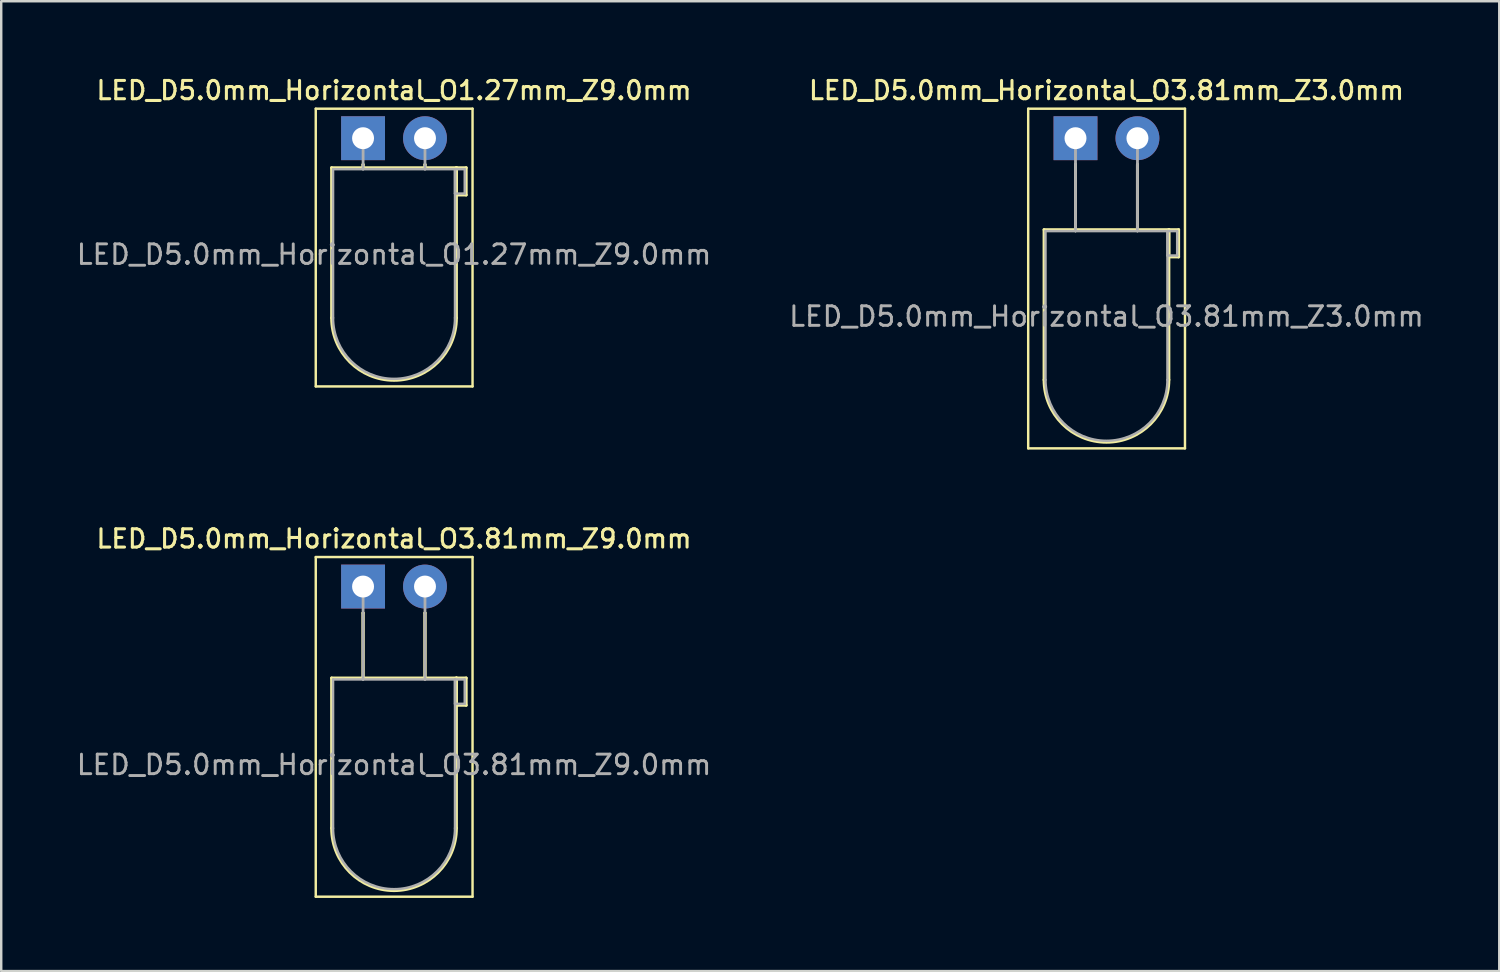
<source format=kicad_pcb>
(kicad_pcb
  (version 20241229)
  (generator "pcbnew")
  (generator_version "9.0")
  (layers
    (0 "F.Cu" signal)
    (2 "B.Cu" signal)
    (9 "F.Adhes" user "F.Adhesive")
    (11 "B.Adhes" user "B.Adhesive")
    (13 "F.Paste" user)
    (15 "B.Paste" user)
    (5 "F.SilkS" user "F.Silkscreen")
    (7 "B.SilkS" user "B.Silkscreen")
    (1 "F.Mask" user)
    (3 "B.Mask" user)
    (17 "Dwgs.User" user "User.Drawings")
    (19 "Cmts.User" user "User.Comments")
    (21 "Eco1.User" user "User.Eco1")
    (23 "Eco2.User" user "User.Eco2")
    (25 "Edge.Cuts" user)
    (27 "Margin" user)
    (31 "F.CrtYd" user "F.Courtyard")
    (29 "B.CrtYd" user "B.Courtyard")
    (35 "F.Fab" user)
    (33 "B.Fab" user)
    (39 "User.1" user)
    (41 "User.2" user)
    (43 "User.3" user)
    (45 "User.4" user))
  (footprint "LED_D5.0mm_Horizontal_O3.81mm_Z9.0mm"
    (layer "F.Cu")
    (at 11.84 21.006)
    (property "Reference" "LED_D5.0mm_Horizontal_O3.81mm_Z9.0mm" (at 1.27 -1.96 0) (layer "F.SilkS") (effects (font (size 0.75 0.75) (thickness 0.125))))
    (attr through_hole)
    (fp_line (start -1.94 -1.21) (end -1.94 12.72) (stroke (width 0.1) (type solid)) (layer "F.SilkS"))
    (fp_line (start -1.94 12.72) (end 4.49 12.72) (stroke (width 0.1) (type solid)) (layer "F.SilkS"))
    (fp_line (start -1.29 3.75) (end -1.29 9.91) (stroke (width 0.12) (type solid)) (layer "F.SilkS"))
    (fp_line (start -1.29 3.75) (end 3.83 3.75) (stroke (width 0.12) (type solid)) (layer "F.SilkS"))
    (fp_line (start 0 1.08) (end 0 1.08) (stroke (width 0.12) (type solid)) (layer "F.SilkS"))
    (fp_line (start 0 1.08) (end 0 3.75) (stroke (width 0.12) (type solid)) (layer "F.SilkS"))
    (fp_line (start 0 3.75) (end 0 1.08) (stroke (width 0.12) (type solid)) (layer "F.SilkS"))
    (fp_line (start 0 3.75) (end 0 3.75) (stroke (width 0.12) (type solid)) (layer "F.SilkS"))
    (fp_line (start 2.54 1.08) (end 2.54 1.08) (stroke (width 0.12) (type solid)) (layer "F.SilkS"))
    (fp_line (start 2.54 1.08) (end 2.54 3.75) (stroke (width 0.12) (type solid)) (layer "F.SilkS"))
    (fp_line (start 2.54 3.75) (end 2.54 1.08) (stroke (width 0.12) (type solid)) (layer "F.SilkS"))
    (fp_line (start 2.54 3.75) (end 2.54 3.75) (stroke (width 0.12) (type solid)) (layer "F.SilkS"))
    (fp_line (start 3.83 3.75) (end 3.83 9.91) (stroke (width 0.12) (type solid)) (layer "F.SilkS"))
    (fp_line (start 3.83 3.75) (end 4.23 3.75) (stroke (width 0.12) (type solid)) (layer "F.SilkS"))
    (fp_line (start 3.83 4.87) (end 3.83 3.75) (stroke (width 0.12) (type solid)) (layer "F.SilkS"))
    (fp_line (start 4.23 3.75) (end 4.23 4.87) (stroke (width 0.12) (type solid)) (layer "F.SilkS"))
    (fp_line (start 4.23 4.87) (end 3.83 4.87) (stroke (width 0.12) (type solid)) (layer "F.SilkS"))
    (fp_line (start 4.49 -1.21) (end -1.94 -1.21) (stroke (width 0.1) (type solid)) (layer "F.SilkS"))
    (fp_line (start 4.49 12.72) (end 4.49 -1.21) (stroke (width 0.1) (type solid)) (layer "F.SilkS"))
    (fp_arc (start 3.83 9.91) (mid 1.27 12.47) (end -1.29 9.91) (stroke (width 0.12) (type solid)) (layer "F.SilkS"))
    (fp_line (start -1.23 3.81) (end -1.23 9.91) (stroke (width 0.1) (type solid)) (layer "F.Fab"))
    (fp_line (start -1.23 3.81) (end 3.77 3.81) (stroke (width 0.1) (type solid)) (layer "F.Fab"))
    (fp_line (start 0 0) (end 0 0) (stroke (width 0.1) (type solid)) (layer "F.Fab"))
    (fp_line (start 0 0) (end 0 3.81) (stroke (width 0.1) (type solid)) (layer "F.Fab"))
    (fp_line (start 0 3.81) (end 0 0) (stroke (width 0.1) (type solid)) (layer "F.Fab"))
    (fp_line (start 0 3.81) (end 0 3.81) (stroke (width 0.1) (type solid)) (layer "F.Fab"))
    (fp_line (start 2.54 0) (end 2.54 0) (stroke (width 0.1) (type solid)) (layer "F.Fab"))
    (fp_line (start 2.54 0) (end 2.54 3.81) (stroke (width 0.1) (type solid)) (layer "F.Fab"))
    (fp_line (start 2.54 3.81) (end 2.54 0) (stroke (width 0.1) (type solid)) (layer "F.Fab"))
    (fp_line (start 2.54 3.81) (end 2.54 3.81) (stroke (width 0.1) (type solid)) (layer "F.Fab"))
    (fp_line (start 3.77 3.81) (end 3.77 9.91) (stroke (width 0.1) (type solid)) (layer "F.Fab"))
    (fp_line (start 3.77 3.81) (end 4.17 3.81) (stroke (width 0.1) (type solid)) (layer "F.Fab"))
    (fp_line (start 3.77 4.81) (end 3.77 3.81) (stroke (width 0.1) (type solid)) (layer "F.Fab"))
    (fp_line (start 4.17 3.81) (end 4.17 4.81) (stroke (width 0.1) (type solid)) (layer "F.Fab"))
    (fp_line (start 4.17 4.81) (end 3.77 4.81) (stroke (width 0.1) (type solid)) (layer "F.Fab"))
    (fp_arc (start 3.77 9.91) (mid 1.27 12.41) (end -1.23 9.91) (stroke (width 0.1) (type solid)) (layer "F.Fab"))
    (fp_text user "${REFERENCE}" (at 1.27 7.31 0) (layer "F.Fab") (effects (font (size 0.8 0.8) (thickness 0.12))))
    (pad "1" thru_hole rect (at 0 0) (size 1.8 1.8) (drill 0.9) (layers "*.Cu" "*.Mask"))
    (pad "2" thru_hole circle (at 2.54 0) (size 1.8 1.8) (drill 0.9) (layers "*.Cu" "*.Mask")))
  (footprint "LED_D5.0mm_Horizontal_O3.81mm_Z3.0mm"
    (layer "F.Cu")
    (at 41.059 2.618)
    (property "Reference" "LED_D5.0mm_Horizontal_O3.81mm_Z3.0mm" (at 1.27 -1.96 0) (layer "F.SilkS") (effects (font (size 0.75 0.75) (thickness 0.125))))
    (attr through_hole)
    (fp_line (start -1.94 -1.21) (end -1.94 12.72) (stroke (width 0.1) (type solid)) (layer "F.SilkS"))
    (fp_line (start -1.94 12.72) (end 4.49 12.72) (stroke (width 0.1) (type solid)) (layer "F.SilkS"))
    (fp_line (start -1.29 3.75) (end -1.29 9.91) (stroke (width 0.12) (type solid)) (layer "F.SilkS"))
    (fp_line (start -1.29 3.75) (end 3.83 3.75) (stroke (width 0.12) (type solid)) (layer "F.SilkS"))
    (fp_line (start 0 1.08) (end 0 1.08) (stroke (width 0.12) (type solid)) (layer "F.SilkS"))
    (fp_line (start 0 1.08) (end 0 3.75) (stroke (width 0.12) (type solid)) (layer "F.SilkS"))
    (fp_line (start 0 3.75) (end 0 1.08) (stroke (width 0.12) (type solid)) (layer "F.SilkS"))
    (fp_line (start 0 3.75) (end 0 3.75) (stroke (width 0.12) (type solid)) (layer "F.SilkS"))
    (fp_line (start 2.54 1.08) (end 2.54 1.08) (stroke (width 0.12) (type solid)) (layer "F.SilkS"))
    (fp_line (start 2.54 1.08) (end 2.54 3.75) (stroke (width 0.12) (type solid)) (layer "F.SilkS"))
    (fp_line (start 2.54 3.75) (end 2.54 1.08) (stroke (width 0.12) (type solid)) (layer "F.SilkS"))
    (fp_line (start 2.54 3.75) (end 2.54 3.75) (stroke (width 0.12) (type solid)) (layer "F.SilkS"))
    (fp_line (start 3.83 3.75) (end 3.83 9.91) (stroke (width 0.12) (type solid)) (layer "F.SilkS"))
    (fp_line (start 3.83 3.75) (end 4.23 3.75) (stroke (width 0.12) (type solid)) (layer "F.SilkS"))
    (fp_line (start 3.83 4.87) (end 3.83 3.75) (stroke (width 0.12) (type solid)) (layer "F.SilkS"))
    (fp_line (start 4.23 3.75) (end 4.23 4.87) (stroke (width 0.12) (type solid)) (layer "F.SilkS"))
    (fp_line (start 4.23 4.87) (end 3.83 4.87) (stroke (width 0.12) (type solid)) (layer "F.SilkS"))
    (fp_line (start 4.49 -1.21) (end -1.94 -1.21) (stroke (width 0.1) (type solid)) (layer "F.SilkS"))
    (fp_line (start 4.49 12.72) (end 4.49 -1.21) (stroke (width 0.1) (type solid)) (layer "F.SilkS"))
    (fp_arc (start 3.83 9.91) (mid 1.27 12.47) (end -1.29 9.91) (stroke (width 0.12) (type solid)) (layer "F.SilkS"))
    (fp_line (start -1.23 3.81) (end -1.23 9.91) (stroke (width 0.1) (type solid)) (layer "F.Fab"))
    (fp_line (start -1.23 3.81) (end 3.77 3.81) (stroke (width 0.1) (type solid)) (layer "F.Fab"))
    (fp_line (start 0 0) (end 0 0) (stroke (width 0.1) (type solid)) (layer "F.Fab"))
    (fp_line (start 0 0) (end 0 3.81) (stroke (width 0.1) (type solid)) (layer "F.Fab"))
    (fp_line (start 0 3.81) (end 0 0) (stroke (width 0.1) (type solid)) (layer "F.Fab"))
    (fp_line (start 0 3.81) (end 0 3.81) (stroke (width 0.1) (type solid)) (layer "F.Fab"))
    (fp_line (start 2.54 0) (end 2.54 0) (stroke (width 0.1) (type solid)) (layer "F.Fab"))
    (fp_line (start 2.54 0) (end 2.54 3.81) (stroke (width 0.1) (type solid)) (layer "F.Fab"))
    (fp_line (start 2.54 3.81) (end 2.54 0) (stroke (width 0.1) (type solid)) (layer "F.Fab"))
    (fp_line (start 2.54 3.81) (end 2.54 3.81) (stroke (width 0.1) (type solid)) (layer "F.Fab"))
    (fp_line (start 3.77 3.81) (end 3.77 9.91) (stroke (width 0.1) (type solid)) (layer "F.Fab"))
    (fp_line (start 3.77 3.81) (end 4.17 3.81) (stroke (width 0.1) (type solid)) (layer "F.Fab"))
    (fp_line (start 3.77 4.81) (end 3.77 3.81) (stroke (width 0.1) (type solid)) (layer "F.Fab"))
    (fp_line (start 4.17 3.81) (end 4.17 4.81) (stroke (width 0.1) (type solid)) (layer "F.Fab"))
    (fp_line (start 4.17 4.81) (end 3.77 4.81) (stroke (width 0.1) (type solid)) (layer "F.Fab"))
    (fp_arc (start 3.77 9.91) (mid 1.27 12.41) (end -1.23 9.91) (stroke (width 0.1) (type solid)) (layer "F.Fab"))
    (fp_text user "${REFERENCE}" (at 1.27 7.31 0) (layer "F.Fab") (effects (font (size 0.8 0.8) (thickness 0.12))))
    (pad "1" thru_hole rect (at 0 0) (size 1.8 1.8) (drill 0.9) (layers "*.Cu" "*.Mask"))
    (pad "2" thru_hole circle (at 2.54 0) (size 1.8 1.8) (drill 0.9) (layers "*.Cu" "*.Mask")))
  (footprint "LED_D5.0mm_Horizontal_O1.27mm_Z9.0mm"
    (layer "F.Cu")
    (at 11.84 2.618)
    (property "Reference" "LED_D5.0mm_Horizontal_O1.27mm_Z9.0mm" (at 1.27 -1.96 0) (layer "F.SilkS") (effects (font (size 0.75 0.75) (thickness 0.125))))
    (attr through_hole)
    (fp_line (start -1.94 -1.21) (end -1.94 10.18) (stroke (width 0.1) (type solid)) (layer "F.SilkS"))
    (fp_line (start -1.94 10.18) (end 4.49 10.18) (stroke (width 0.1) (type solid)) (layer "F.SilkS"))
    (fp_line (start -1.29 1.21) (end -1.29 7.37) (stroke (width 0.12) (type solid)) (layer "F.SilkS"))
    (fp_line (start -1.29 1.21) (end 3.83 1.21) (stroke (width 0.12) (type solid)) (layer "F.SilkS"))
    (fp_line (start 0 1.08) (end 0 1.08) (stroke (width 0.12) (type solid)) (layer "F.SilkS"))
    (fp_line (start 0 1.08) (end 0 1.21) (stroke (width 0.12) (type solid)) (layer "F.SilkS"))
    (fp_line (start 0 1.21) (end 0 1.08) (stroke (width 0.12) (type solid)) (layer "F.SilkS"))
    (fp_line (start 0 1.21) (end 0 1.21) (stroke (width 0.12) (type solid)) (layer "F.SilkS"))
    (fp_line (start 2.54 1.08) (end 2.54 1.08) (stroke (width 0.12) (type solid)) (layer "F.SilkS"))
    (fp_line (start 2.54 1.08) (end 2.54 1.21) (stroke (width 0.12) (type solid)) (layer "F.SilkS"))
    (fp_line (start 2.54 1.21) (end 2.54 1.08) (stroke (width 0.12) (type solid)) (layer "F.SilkS"))
    (fp_line (start 2.54 1.21) (end 2.54 1.21) (stroke (width 0.12) (type solid)) (layer "F.SilkS"))
    (fp_line (start 3.83 1.21) (end 3.83 7.37) (stroke (width 0.12) (type solid)) (layer "F.SilkS"))
    (fp_line (start 3.83 1.21) (end 4.23 1.21) (stroke (width 0.12) (type solid)) (layer "F.SilkS"))
    (fp_line (start 3.83 2.33) (end 3.83 1.21) (stroke (width 0.12) (type solid)) (layer "F.SilkS"))
    (fp_line (start 4.23 1.21) (end 4.23 2.33) (stroke (width 0.12) (type solid)) (layer "F.SilkS"))
    (fp_line (start 4.23 2.33) (end 3.83 2.33) (stroke (width 0.12) (type solid)) (layer "F.SilkS"))
    (fp_line (start 4.49 -1.21) (end -1.94 -1.21) (stroke (width 0.1) (type solid)) (layer "F.SilkS"))
    (fp_line (start 4.49 10.18) (end 4.49 -1.21) (stroke (width 0.1) (type solid)) (layer "F.SilkS"))
    (fp_arc (start 3.83 7.37) (mid 1.27 9.93) (end -1.29 7.37) (stroke (width 0.12) (type solid)) (layer "F.SilkS"))
    (fp_line (start -1.23 1.27) (end -1.23 7.37) (stroke (width 0.1) (type solid)) (layer "F.Fab"))
    (fp_line (start -1.23 1.27) (end 3.77 1.27) (stroke (width 0.1) (type solid)) (layer "F.Fab"))
    (fp_line (start 0 0) (end 0 0) (stroke (width 0.1) (type solid)) (layer "F.Fab"))
    (fp_line (start 0 0) (end 0 1.27) (stroke (width 0.1) (type solid)) (layer "F.Fab"))
    (fp_line (start 0 1.27) (end 0 0) (stroke (width 0.1) (type solid)) (layer "F.Fab"))
    (fp_line (start 0 1.27) (end 0 1.27) (stroke (width 0.1) (type solid)) (layer "F.Fab"))
    (fp_line (start 2.54 0) (end 2.54 0) (stroke (width 0.1) (type solid)) (layer "F.Fab"))
    (fp_line (start 2.54 0) (end 2.54 1.27) (stroke (width 0.1) (type solid)) (layer "F.Fab"))
    (fp_line (start 2.54 1.27) (end 2.54 0) (stroke (width 0.1) (type solid)) (layer "F.Fab"))
    (fp_line (start 2.54 1.27) (end 2.54 1.27) (stroke (width 0.1) (type solid)) (layer "F.Fab"))
    (fp_line (start 3.77 1.27) (end 3.77 7.37) (stroke (width 0.1) (type solid)) (layer "F.Fab"))
    (fp_line (start 3.77 1.27) (end 4.17 1.27) (stroke (width 0.1) (type solid)) (layer "F.Fab"))
    (fp_line (start 3.77 2.27) (end 3.77 1.27) (stroke (width 0.1) (type solid)) (layer "F.Fab"))
    (fp_line (start 4.17 1.27) (end 4.17 2.27) (stroke (width 0.1) (type solid)) (layer "F.Fab"))
    (fp_line (start 4.17 2.27) (end 3.77 2.27) (stroke (width 0.1) (type solid)) (layer "F.Fab"))
    (fp_arc (start 3.77 7.37) (mid 1.27 9.87) (end -1.23 7.37) (stroke (width 0.1) (type solid)) (layer "F.Fab"))
    (fp_text user "${REFERENCE}" (at 1.27 4.77 0) (layer "F.Fab") (effects (font (size 0.8 0.8) (thickness 0.12))))
    (pad "1" thru_hole rect (at 0 0) (size 1.8 1.8) (drill 0.9) (layers "*.Cu" "*.Mask"))
    (pad "2" thru_hole circle (at 2.54 0) (size 1.8 1.8) (drill 0.9) (layers "*.Cu" "*.Mask")))
  (gr_rect
    (start -3 -3)
    (end 58.438 36.776)
    (stroke (width 0.1) (type default))
    (fill no)
    (layer "Edge.Cuts")))
</source>
